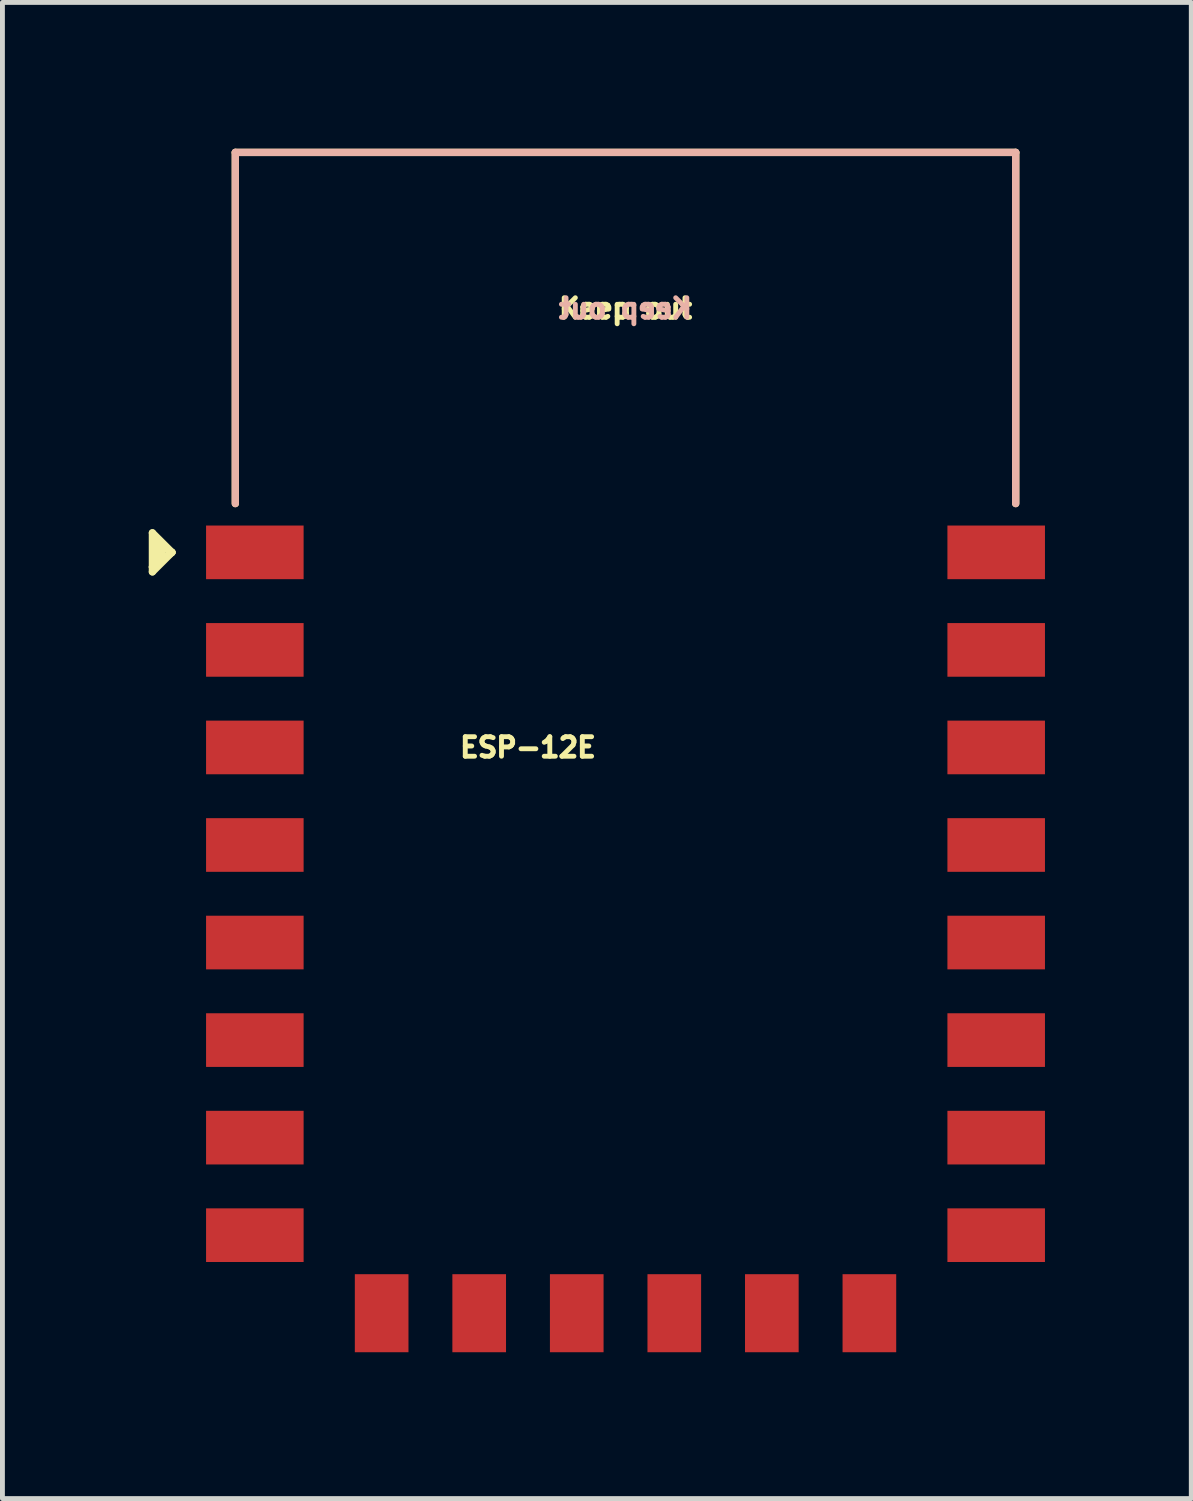
<source format=kicad_pcb>
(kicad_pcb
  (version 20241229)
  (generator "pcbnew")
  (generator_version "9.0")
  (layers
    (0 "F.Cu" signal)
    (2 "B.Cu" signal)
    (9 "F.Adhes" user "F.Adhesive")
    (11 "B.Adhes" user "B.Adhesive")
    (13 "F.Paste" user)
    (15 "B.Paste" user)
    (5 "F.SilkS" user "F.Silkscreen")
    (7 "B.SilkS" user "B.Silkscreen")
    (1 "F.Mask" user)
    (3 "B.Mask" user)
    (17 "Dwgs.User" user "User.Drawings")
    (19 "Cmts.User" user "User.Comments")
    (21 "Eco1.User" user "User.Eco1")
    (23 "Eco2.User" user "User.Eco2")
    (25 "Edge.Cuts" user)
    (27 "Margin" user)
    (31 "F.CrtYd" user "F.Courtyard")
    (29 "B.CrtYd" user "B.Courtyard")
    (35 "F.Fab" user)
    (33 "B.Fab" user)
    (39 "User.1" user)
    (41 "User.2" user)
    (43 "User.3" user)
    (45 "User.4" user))
  (footprint "ESP-12E"
    (layer "F.Cu")
    (at 1.775 8.275)
    (property "Reference" "ESP-12E" (at 6 4 0) (layer "F.SilkS") (effects (font (size 0.4 0.4) (thickness 0.1))))
    (attr through_hole)
    (fp_line (start -1.7 -0.4) (end -1.7 0.3) (stroke (width 0.15) (type solid)) (layer "F.SilkS"))
    (fp_line (start -1.7 0.3) (end -1.3 0) (stroke (width 0.15) (type solid)) (layer "F.SilkS"))
    (fp_line (start -1.7 0.4) (end -1.7 0.3) (stroke (width 0.15) (type solid)) (layer "F.SilkS"))
    (fp_line (start -1.6 -0.2) (end -1.6 0.1) (stroke (width 0.15) (type solid)) (layer "F.SilkS"))
    (fp_line (start -1.6 0.1) (end -1.5 0) (stroke (width 0.15) (type solid)) (layer "F.SilkS"))
    (fp_line (start -1.3 0) (end -1.7 -0.4) (stroke (width 0.15) (type solid)) (layer "F.SilkS"))
    (fp_line (start -1.3 0) (end -1.7 0.4) (stroke (width 0.15) (type solid)) (layer "F.SilkS"))
    (fp_line (start -1.3 0) (end -1.6 -0.2) (stroke (width 0.15) (type solid)) (layer "F.SilkS"))
    (fp_line (start 0 -8.2) (end 16 -8.2) (stroke (width 0.15) (type solid)) (layer "F.SilkS"))
    (fp_line (start 0 -1) (end 0 -8.2) (stroke (width 0.15) (type solid)) (layer "F.SilkS"))
    (fp_line (start 16 -8.2) (end 16 -1) (stroke (width 0.15) (type solid)) (layer "F.SilkS"))
    (fp_line (start 0 -8.2) (end 16 -8.2) (stroke (width 0.15) (type solid)) (layer "B.SilkS"))
    (fp_line (start 0 -1) (end 0 -8.2) (stroke (width 0.15) (type solid)) (layer "B.SilkS"))
    (fp_line (start 16 -8.2) (end 16 -1) (stroke (width 0.15) (type solid)) (layer "B.SilkS"))
    (fp_text user "Keep out" (at 8 -5 0) (layer "F.SilkS") (effects (font (size 0.4 0.4) (thickness 0.1))))
    (fp_text user "Keep out" (at 8 -5 0) (layer "B.SilkS") (effects (font (size 0.4 0.4) (thickness 0.1)) (justify mirror)))
    (pad "1" smd rect (at 0.4 0) (size 2 1.1) (layers "F.Cu" "F.Mask" "F.Paste"))
    (pad "2" smd rect (at 0.4 2) (size 2 1.1) (layers "F.Cu" "F.Mask" "F.Paste"))
    (pad "3" smd rect (at 0.4 4) (size 2 1.1) (layers "F.Cu" "F.Mask" "F.Paste"))
    (pad "4" smd rect (at 0.4 6) (size 2 1.1) (layers "F.Cu" "F.Mask" "F.Paste"))
    (pad "5" smd rect (at 0.4 8) (size 2 1.1) (layers "F.Cu" "F.Mask" "F.Paste"))
    (pad "6" smd rect (at 0.4 10) (size 2 1.1) (layers "F.Cu" "F.Mask" "F.Paste"))
    (pad "7" smd rect (at 0.4 12) (size 2 1.1) (layers "F.Cu" "F.Mask" "F.Paste"))
    (pad "8" smd rect (at 0.4 14) (size 2 1.1) (layers "F.Cu" "F.Mask" "F.Paste"))
    (pad "9" smd rect (at 3 15.6) (size 1.1 1.6) (layers "F.Cu" "F.Mask" "F.Paste"))
    (pad "10" smd rect (at 5 15.6) (size 1.1 1.6) (layers "F.Cu" "F.Mask" "F.Paste"))
    (pad "11" smd rect (at 7 15.6) (size 1.1 1.6) (layers "F.Cu" "F.Mask" "F.Paste"))
    (pad "12" smd rect (at 9 15.6) (size 1.1 1.6) (layers "F.Cu" "F.Mask" "F.Paste"))
    (pad "13" smd rect (at 11 15.6) (size 1.1 1.6) (layers "F.Cu" "F.Mask" "F.Paste"))
    (pad "14" smd rect (at 13 15.6) (size 1.1 1.6) (layers "F.Cu" "F.Mask" "F.Paste"))
    (pad "15" smd rect (at 15.6 14) (size 2 1.1) (layers "F.Cu" "F.Mask" "F.Paste"))
    (pad "16" smd rect (at 15.6 12) (size 2 1.1) (layers "F.Cu" "F.Mask" "F.Paste"))
    (pad "17" smd rect (at 15.6 10) (size 2 1.1) (layers "F.Cu" "F.Mask" "F.Paste"))
    (pad "18" smd rect (at 15.6 8) (size 2 1.1) (layers "F.Cu" "F.Mask" "F.Paste"))
    (pad "19" smd rect (at 15.6 6) (size 2 1.1) (layers "F.Cu" "F.Mask" "F.Paste"))
    (pad "20" smd rect (at 15.6 4) (size 2 1.1) (layers "F.Cu" "F.Mask" "F.Paste"))
    (pad "21" smd rect (at 15.6 2) (size 2 1.1) (layers "F.Cu" "F.Mask" "F.Paste"))
    (pad "22" smd rect (at 15.6 0) (size 2 1.1) (layers "F.Cu" "F.Mask" "F.Paste")))
  (gr_rect
    (start -3 -3)
    (end 21.375 27.675)
    (stroke (width 0.1) (type default))
    (fill no)
    (layer "Edge.Cuts")))
</source>
